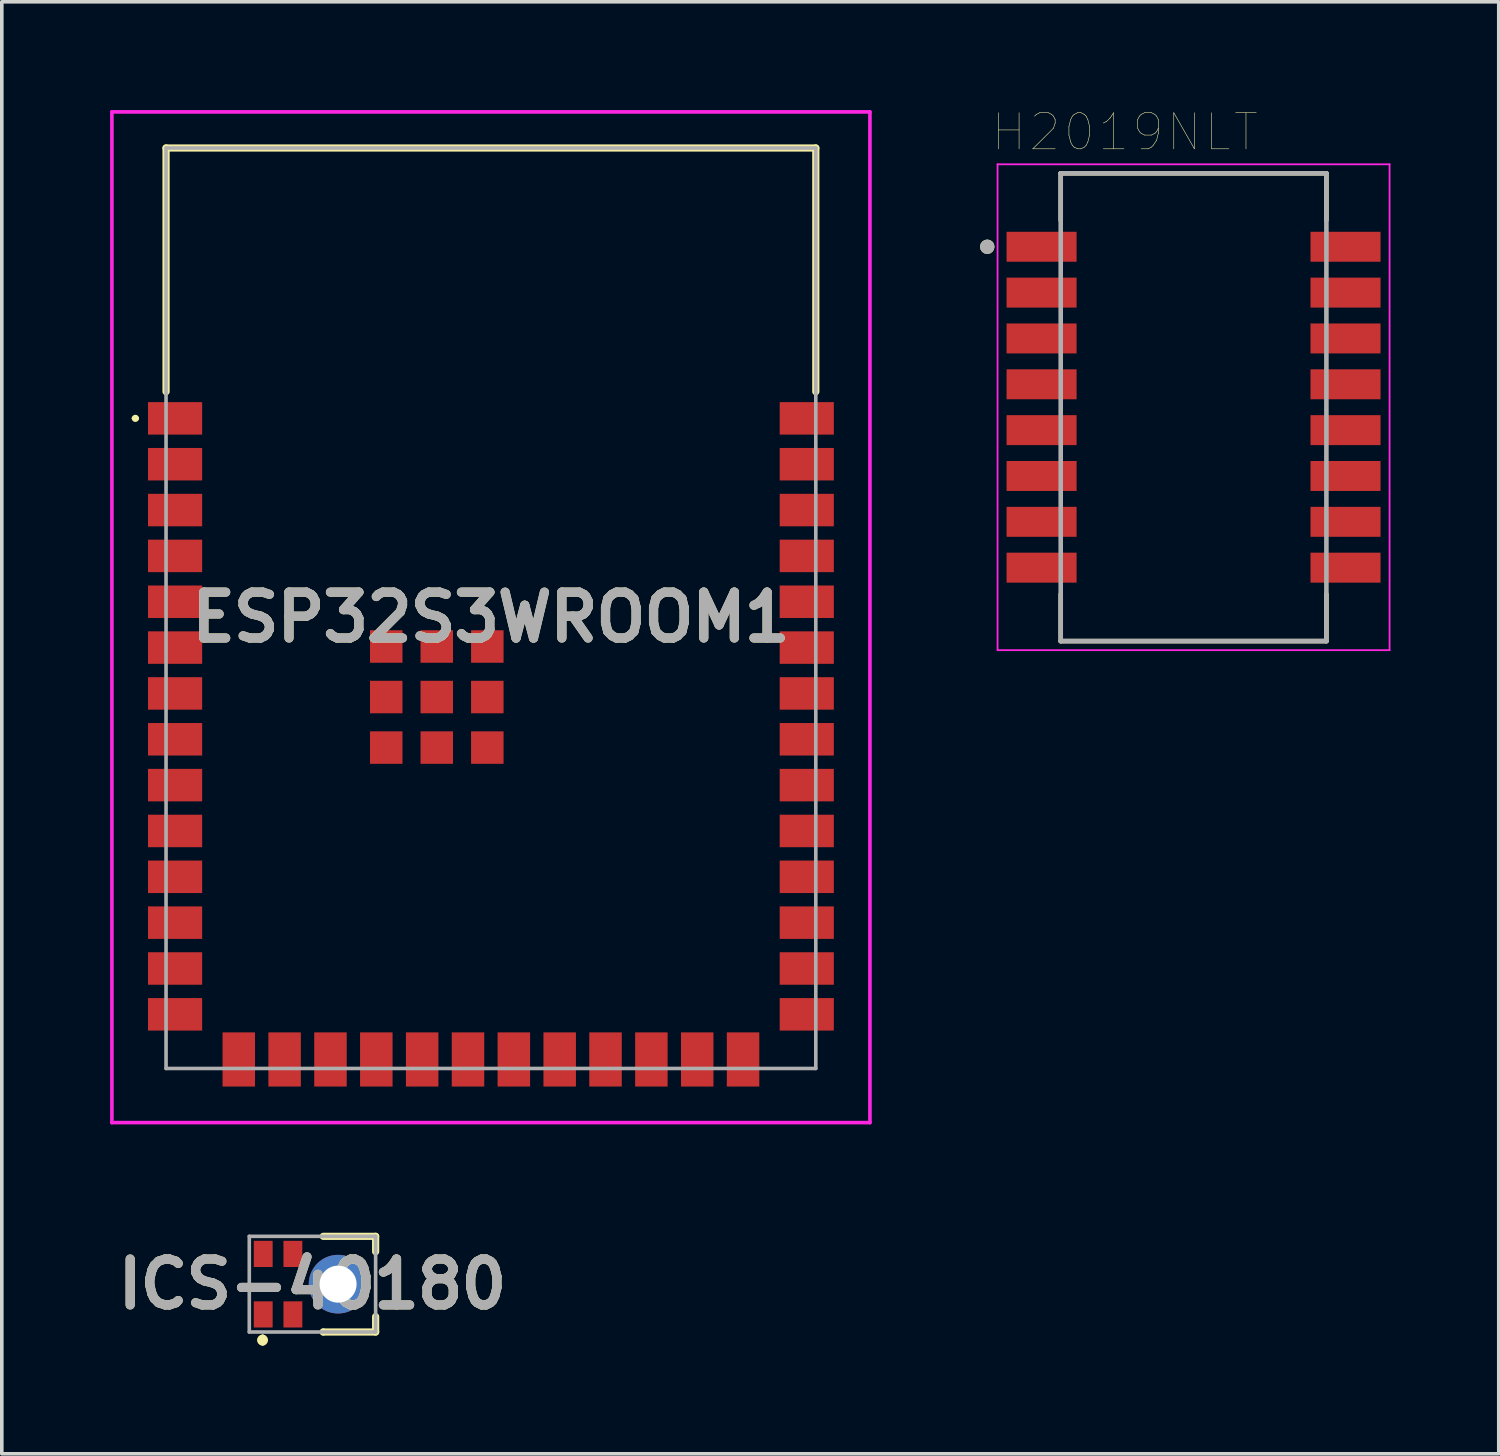
<source format=kicad_pcb>
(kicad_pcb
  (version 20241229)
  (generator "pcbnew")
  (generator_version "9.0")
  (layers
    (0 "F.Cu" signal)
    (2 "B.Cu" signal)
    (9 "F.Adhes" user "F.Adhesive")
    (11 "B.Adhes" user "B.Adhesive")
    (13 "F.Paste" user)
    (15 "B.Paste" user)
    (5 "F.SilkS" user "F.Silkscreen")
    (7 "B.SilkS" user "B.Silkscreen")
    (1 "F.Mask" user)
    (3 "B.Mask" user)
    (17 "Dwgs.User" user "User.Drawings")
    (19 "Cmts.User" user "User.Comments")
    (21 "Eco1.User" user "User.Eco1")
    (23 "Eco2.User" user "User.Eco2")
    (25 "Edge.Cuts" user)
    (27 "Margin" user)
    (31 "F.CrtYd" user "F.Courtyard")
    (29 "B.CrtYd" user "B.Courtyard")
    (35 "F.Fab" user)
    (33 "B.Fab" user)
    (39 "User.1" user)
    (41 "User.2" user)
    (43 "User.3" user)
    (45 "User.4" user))
  (footprint "ESP32S3WROOM1"
    (layer "F.Cu")
    (at 10.55 13.8)
    (property "Reference" "ESP32S3WROOM1" (at 0 0.25 0) (layer "F.SilkS") (effects (font (size 1.27 1.27) (thickness 0.254))))
    (attr smd)
    (fp_line (start -9.9 -5.26) (end -9.9 -5.26) (stroke (width 0.1) (type solid)) (layer "F.SilkS"))
    (fp_line (start -9.8 -5.26) (end -9.8 -5.26) (stroke (width 0.1) (type solid)) (layer "F.SilkS"))
    (fp_line (start -9 -12.75) (end -9 -6) (stroke (width 0.2) (type solid)) (layer "F.SilkS"))
    (fp_line (start 9 -12.75) (end -9 -12.75) (stroke (width 0.2) (type solid)) (layer "F.SilkS"))
    (fp_line (start 9 -6) (end 9 -12.75) (stroke (width 0.2) (type solid)) (layer "F.SilkS"))
    (fp_arc (start -9.9 -5.26) (mid -9.85 -5.31) (end -9.8 -5.26) (stroke (width 0.1) (type solid)) (layer "F.SilkS"))
    (fp_arc (start -9.8 -5.26) (mid -9.85 -5.21) (end -9.9 -5.26) (stroke (width 0.1) (type solid)) (layer "F.SilkS"))
    (fp_line (start -10.5 -13.75) (end 10.5 -13.75) (stroke (width 0.1) (type solid)) (layer "F.CrtYd"))
    (fp_line (start -10.5 14.25) (end -10.5 -13.75) (stroke (width 0.1) (type solid)) (layer "F.CrtYd"))
    (fp_line (start 10.5 -13.75) (end 10.5 14.25) (stroke (width 0.1) (type solid)) (layer "F.CrtYd"))
    (fp_line (start 10.5 14.25) (end -10.5 14.25) (stroke (width 0.1) (type solid)) (layer "F.CrtYd"))
    (fp_line (start -9 -12.75) (end -9 12.75) (stroke (width 0.1) (type solid)) (layer "F.Fab"))
    (fp_line (start -9 12.75) (end 9 12.75) (stroke (width 0.1) (type solid)) (layer "F.Fab"))
    (fp_line (start 9 -12.75) (end -9 -12.75) (stroke (width 0.1) (type solid)) (layer "F.Fab"))
    (fp_line (start 9 12.75) (end 9 -12.75) (stroke (width 0.1) (type solid)) (layer "F.Fab"))
    (fp_text user "${REFERENCE}" (at 0 0.25 0) (layer "F.Fab") (effects (font (size 1.27 1.27) (thickness 0.254))))
    (pad "1" smd rect (at -8.75 -5.26 90) (size 0.9 1.5) (layers "F.Cu" "F.Mask" "F.Paste"))
    (pad "2" smd rect (at -8.75 -3.99 90) (size 0.9 1.5) (layers "F.Cu" "F.Mask" "F.Paste"))
    (pad "3" smd rect (at -8.75 -2.72 90) (size 0.9 1.5) (layers "F.Cu" "F.Mask" "F.Paste"))
    (pad "4" smd rect (at -8.75 -1.45 90) (size 0.9 1.5) (layers "F.Cu" "F.Mask" "F.Paste"))
    (pad "5" smd rect (at -8.75 -0.18 90) (size 0.9 1.5) (layers "F.Cu" "F.Mask" "F.Paste"))
    (pad "6" smd rect (at -8.75 1.09 90) (size 0.9 1.5) (layers "F.Cu" "F.Mask" "F.Paste"))
    (pad "7" smd rect (at -8.75 2.36 90) (size 0.9 1.5) (layers "F.Cu" "F.Mask" "F.Paste"))
    (pad "8" smd rect (at -8.75 3.63 90) (size 0.9 1.5) (layers "F.Cu" "F.Mask" "F.Paste"))
    (pad "9" smd rect (at -8.75 4.9 90) (size 0.9 1.5) (layers "F.Cu" "F.Mask" "F.Paste"))
    (pad "10" smd rect (at -8.75 6.17 90) (size 0.9 1.5) (layers "F.Cu" "F.Mask" "F.Paste"))
    (pad "11" smd rect (at -8.75 7.44 90) (size 0.9 1.5) (layers "F.Cu" "F.Mask" "F.Paste"))
    (pad "12" smd rect (at -8.75 8.71 90) (size 0.9 1.5) (layers "F.Cu" "F.Mask" "F.Paste"))
    (pad "13" smd rect (at -8.75 9.98 90) (size 0.9 1.5) (layers "F.Cu" "F.Mask" "F.Paste"))
    (pad "14" smd rect (at -8.75 11.25 90) (size 0.9 1.5) (layers "F.Cu" "F.Mask" "F.Paste"))
    (pad "15" smd rect (at -6.985 12.5) (size 0.9 1.5) (layers "F.Cu" "F.Mask" "F.Paste"))
    (pad "16" smd rect (at -5.715 12.5) (size 0.9 1.5) (layers "F.Cu" "F.Mask" "F.Paste"))
    (pad "17" smd rect (at -4.445 12.5) (size 0.9 1.5) (layers "F.Cu" "F.Mask" "F.Paste"))
    (pad "18" smd rect (at -3.175 12.5) (size 0.9 1.5) (layers "F.Cu" "F.Mask" "F.Paste"))
    (pad "19" smd rect (at -1.905 12.5) (size 0.9 1.5) (layers "F.Cu" "F.Mask" "F.Paste"))
    (pad "20" smd rect (at -0.635 12.5) (size 0.9 1.5) (layers "F.Cu" "F.Mask" "F.Paste"))
    (pad "21" smd rect (at 0.635 12.5) (size 0.9 1.5) (layers "F.Cu" "F.Mask" "F.Paste"))
    (pad "22" smd rect (at 1.905 12.5) (size 0.9 1.5) (layers "F.Cu" "F.Mask" "F.Paste"))
    (pad "23" smd rect (at 3.175 12.5) (size 0.9 1.5) (layers "F.Cu" "F.Mask" "F.Paste"))
    (pad "24" smd rect (at 4.445 12.5) (size 0.9 1.5) (layers "F.Cu" "F.Mask" "F.Paste"))
    (pad "25" smd rect (at 5.715 12.5) (size 0.9 1.5) (layers "F.Cu" "F.Mask" "F.Paste"))
    (pad "26" smd rect (at 6.985 12.5) (size 0.9 1.5) (layers "F.Cu" "F.Mask" "F.Paste"))
    (pad "27" smd rect (at 8.75 11.25 90) (size 0.9 1.5) (layers "F.Cu" "F.Mask" "F.Paste"))
    (pad "28" smd rect (at 8.75 9.98 90) (size 0.9 1.5) (layers "F.Cu" "F.Mask" "F.Paste"))
    (pad "29" smd rect (at 8.75 8.71 90) (size 0.9 1.5) (layers "F.Cu" "F.Mask" "F.Paste"))
    (pad "30" smd rect (at 8.75 7.44 90) (size 0.9 1.5) (layers "F.Cu" "F.Mask" "F.Paste"))
    (pad "31" smd rect (at 8.75 6.17 90) (size 0.9 1.5) (layers "F.Cu" "F.Mask" "F.Paste"))
    (pad "32" smd rect (at 8.75 4.9 90) (size 0.9 1.5) (layers "F.Cu" "F.Mask" "F.Paste"))
    (pad "33" smd rect (at 8.75 3.63 90) (size 0.9 1.5) (layers "F.Cu" "F.Mask" "F.Paste"))
    (pad "34" smd rect (at 8.75 2.36 90) (size 0.9 1.5) (layers "F.Cu" "F.Mask" "F.Paste"))
    (pad "35" smd rect (at 8.75 1.09 90) (size 0.9 1.5) (layers "F.Cu" "F.Mask" "F.Paste"))
    (pad "36" smd rect (at 8.75 -0.18 90) (size 0.9 1.5) (layers "F.Cu" "F.Mask" "F.Paste"))
    (pad "37" smd rect (at 8.75 -1.45 90) (size 0.9 1.5) (layers "F.Cu" "F.Mask" "F.Paste"))
    (pad "38" smd rect (at 8.75 -2.72 90) (size 0.9 1.5) (layers "F.Cu" "F.Mask" "F.Paste"))
    (pad "39" smd rect (at 8.75 -3.99 90) (size 0.9 1.5) (layers "F.Cu" "F.Mask" "F.Paste"))
    (pad "40" smd rect (at 8.75 -5.26 90) (size 0.9 1.5) (layers "F.Cu" "F.Mask" "F.Paste"))
    (pad "41" smd rect (at -2.9 1.06 90) (size 0.9 0.9) (layers "F.Cu" "F.Mask" "F.Paste"))
    (pad "41" smd rect (at -2.9 2.46 90) (size 0.9 0.9) (layers "F.Cu" "F.Mask" "F.Paste"))
    (pad "41" smd rect (at -2.9 3.86 90) (size 0.9 0.9) (layers "F.Cu" "F.Mask" "F.Paste"))
    (pad "41" smd rect (at -1.5 1.06 90) (size 0.9 0.9) (layers "F.Cu" "F.Mask" "F.Paste"))
    (pad "41" smd rect (at -1.5 2.46 90) (size 0.9 0.9) (layers "F.Cu" "F.Mask" "F.Paste"))
    (pad "41" smd rect (at -1.5 3.86 90) (size 0.9 0.9) (layers "F.Cu" "F.Mask" "F.Paste"))
    (pad "41" smd rect (at -0.1 1.06 90) (size 0.9 0.9) (layers "F.Cu" "F.Mask" "F.Paste"))
    (pad "41" smd rect (at -0.1 2.46 90) (size 0.9 0.9) (layers "F.Cu" "F.Mask" "F.Paste"))
    (pad "41" smd rect (at -0.1 3.86 90) (size 0.9 0.9) (layers "F.Cu" "F.Mask" "F.Paste")))
  (footprint "H2019NLT"
    (layer "F.Cu")
    (at 30.015 8.231)
    (property "Reference" "H2019NLT" (at -1.905 -7.62 0) (layer "F.SilkS") (effects (font (size 1 1) (thickness 0.015))))
    (attr through_hole)
    (fp_line (start -3.68 -6.48) (end 3.68 -6.48) (stroke (width 0.127) (type solid)) (layer "F.SilkS"))
    (fp_line (start -3.68 -5.18) (end -3.68 -6.48) (stroke (width 0.127) (type solid)) (layer "F.SilkS"))
    (fp_line (start -3.68 6.48) (end -3.68 5.18) (stroke (width 0.127) (type solid)) (layer "F.SilkS"))
    (fp_line (start -3.68 6.48) (end 3.68 6.48) (stroke (width 0.127) (type solid)) (layer "F.SilkS"))
    (fp_line (start 3.68 -6.48) (end 3.68 -5.18) (stroke (width 0.127) (type solid)) (layer "F.SilkS"))
    (fp_line (start 3.68 6.48) (end 3.68 5.18) (stroke (width 0.127) (type solid)) (layer "F.SilkS"))
    (fp_circle (center -5.715 -4.445) (end -5.615 -4.445) (stroke (width 0.2) (type solid)) (fill no) (layer "F.SilkS"))
    (fp_line (start -5.43 -6.73) (end 5.43 -6.73) (stroke (width 0.05) (type solid)) (layer "F.CrtYd"))
    (fp_line (start -5.43 6.73) (end -5.43 -6.73) (stroke (width 0.05) (type solid)) (layer "F.CrtYd"))
    (fp_line (start 5.43 -6.73) (end 5.43 6.73) (stroke (width 0.05) (type solid)) (layer "F.CrtYd"))
    (fp_line (start 5.43 6.73) (end -5.43 6.73) (stroke (width 0.05) (type solid)) (layer "F.CrtYd"))
    (fp_line (start -3.68 -6.48) (end -3.68 6.48) (stroke (width 0.127) (type solid)) (layer "F.Fab"))
    (fp_line (start -3.68 6.48) (end 3.68 6.48) (stroke (width 0.127) (type solid)) (layer "F.Fab"))
    (fp_line (start 3.68 -6.48) (end -3.68 -6.48) (stroke (width 0.127) (type solid)) (layer "F.Fab"))
    (fp_line (start 3.68 6.48) (end 3.68 -6.48) (stroke (width 0.127) (type solid)) (layer "F.Fab"))
    (fp_circle (center -5.715 -4.445) (end -5.615 -4.445) (stroke (width 0.2) (type solid)) (fill no) (layer "F.Fab"))
    (pad "1" smd rect (at -4.21 -4.445) (size 1.94 0.83) (layers "F.Cu" "F.Mask" "F.Paste"))
    (pad "2" smd rect (at -4.21 -3.175) (size 1.94 0.83) (layers "F.Cu" "F.Mask" "F.Paste"))
    (pad "3" smd rect (at -4.21 -1.905) (size 1.94 0.83) (layers "F.Cu" "F.Mask" "F.Paste"))
    (pad "4" smd rect (at -4.21 -0.635) (size 1.94 0.83) (layers "F.Cu" "F.Mask" "F.Paste"))
    (pad "5" smd rect (at -4.21 0.635) (size 1.94 0.83) (layers "F.Cu" "F.Mask" "F.Paste"))
    (pad "6" smd rect (at -4.21 1.905) (size 1.94 0.83) (layers "F.Cu" "F.Mask" "F.Paste"))
    (pad "7" smd rect (at -4.21 3.175) (size 1.94 0.83) (layers "F.Cu" "F.Mask" "F.Paste"))
    (pad "8" smd rect (at -4.21 4.445) (size 1.94 0.83) (layers "F.Cu" "F.Mask" "F.Paste"))
    (pad "9" smd rect (at 4.21 4.445) (size 1.94 0.83) (layers "F.Cu" "F.Mask" "F.Paste"))
    (pad "10" smd rect (at 4.21 3.175) (size 1.94 0.83) (layers "F.Cu" "F.Mask" "F.Paste"))
    (pad "11" smd rect (at 4.21 1.905) (size 1.94 0.83) (layers "F.Cu" "F.Mask" "F.Paste"))
    (pad "12" smd rect (at 4.21 0.635) (size 1.94 0.83) (layers "F.Cu" "F.Mask" "F.Paste"))
    (pad "13" smd rect (at 4.21 -0.635) (size 1.94 0.83) (layers "F.Cu" "F.Mask" "F.Paste"))
    (pad "14" smd rect (at 4.21 -1.905) (size 1.94 0.83) (layers "F.Cu" "F.Mask" "F.Paste"))
    (pad "15" smd rect (at 4.21 -3.175) (size 1.94 0.83) (layers "F.Cu" "F.Mask" "F.Paste"))
    (pad "16" smd rect (at 4.21 -4.445) (size 1.94 0.83) (layers "F.Cu" "F.Mask" "F.Paste")))
  (footprint "ICS-40180"
    (layer "F.Cu")
    (at 5.606 32.525)
    (property "Reference" "ICS-40180" (at 0 0 0) (layer "F.SilkS") (effects (font (size 1.27 1.27) (thickness 0.254))))
    (attr through_hole)
    (fp_line (start -1.38 1.5) (end -1.38 1.5) (stroke (width 0.2) (type solid)) (layer "F.SilkS"))
    (fp_line (start -1.38 1.5) (end -1.38 1.5) (stroke (width 0.2) (type solid)) (layer "F.SilkS"))
    (fp_line (start 0.3 1.325) (end 0.3 1.325) (stroke (width 0.2) (type solid)) (layer "F.SilkS"))
    (fp_line (start 0.3 1.325) (end 1.75 1.325) (stroke (width 0.2) (type solid)) (layer "F.SilkS"))
    (fp_line (start 1.75 -1.325) (end 0.3 -1.325) (stroke (width 0.2) (type solid)) (layer "F.SilkS"))
    (fp_line (start 1.75 -0.9) (end 1.75 -1.325) (stroke (width 0.2) (type solid)) (layer "F.SilkS"))
    (fp_line (start 1.75 1.325) (end 1.75 0.9) (stroke (width 0.2) (type solid)) (layer "F.SilkS"))
    (fp_arc (start -1.38 1.5) (mid -1.33 1.55) (end -1.38 1.6) (stroke (width 0.2) (type solid)) (layer "F.SilkS"))
    (fp_arc (start -1.38 1.6) (mid -1.43 1.55) (end -1.38 1.5) (stroke (width 0.2) (type solid)) (layer "F.SilkS"))
    (fp_arc (start -1.38 1.6) (mid -1.43 1.55) (end -1.38 1.5) (stroke (width 0.2) (type solid)) (layer "F.SilkS"))
    (fp_line (start -1.75 -1.325) (end -1.75 1.325) (stroke (width 0.1) (type solid)) (layer "F.Fab"))
    (fp_line (start -1.75 1.325) (end 1.75 1.325) (stroke (width 0.1) (type solid)) (layer "F.Fab"))
    (fp_line (start 1.75 -1.325) (end -1.75 -1.325) (stroke (width 0.1) (type solid)) (layer "F.Fab"))
    (fp_line (start 1.75 1.325) (end 1.75 -1.325) (stroke (width 0.1) (type solid)) (layer "F.Fab"))
    (fp_text user "${REFERENCE}" (at 0 0 0) (layer "F.Fab") (effects (font (size 1.27 1.27) (thickness 0.254))))
    (pad "1" smd rect (at -1.364 0.838) (size 0.522 0.725) (layers "F.Cu" "F.Mask" "F.Paste"))
    (pad "2" smd rect (at -0.542 0.838) (size 0.522 0.725) (layers "F.Cu" "F.Mask" "F.Paste"))
    (pad "3" thru_hole circle (at 0.71 0) (size 1.625 1.625) (drill 1.025) (layers "*.Cu" "*.Mask"))
    (pad "4" smd rect (at -0.542 -0.838) (size 0.522 0.725) (layers "F.Cu" "F.Mask" "F.Paste"))
    (pad "5" smd rect (at -1.364 -0.838) (size 0.522 0.725) (layers "F.Cu" "F.Mask" "F.Paste")))
  (gr_rect
    (start -3 -3)
    (end 38.47 37.225)
    (stroke (width 0.1) (type default))
    (fill no)
    (layer "Edge.Cuts")))
</source>
